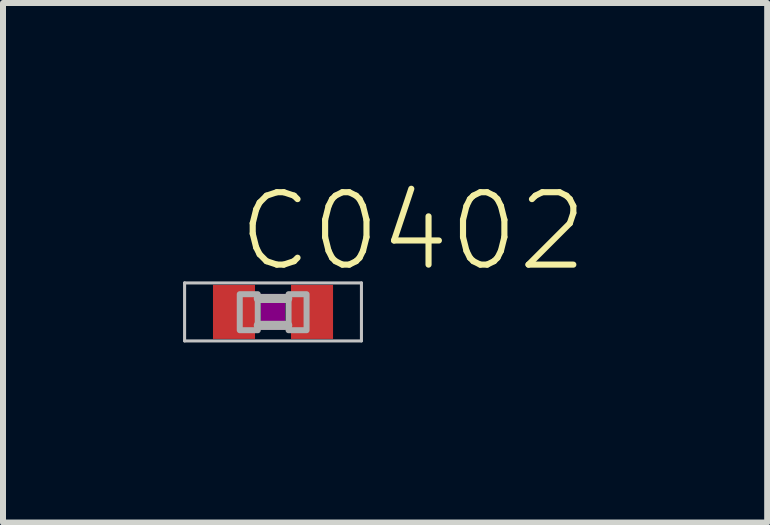
<source format=kicad_pcb>
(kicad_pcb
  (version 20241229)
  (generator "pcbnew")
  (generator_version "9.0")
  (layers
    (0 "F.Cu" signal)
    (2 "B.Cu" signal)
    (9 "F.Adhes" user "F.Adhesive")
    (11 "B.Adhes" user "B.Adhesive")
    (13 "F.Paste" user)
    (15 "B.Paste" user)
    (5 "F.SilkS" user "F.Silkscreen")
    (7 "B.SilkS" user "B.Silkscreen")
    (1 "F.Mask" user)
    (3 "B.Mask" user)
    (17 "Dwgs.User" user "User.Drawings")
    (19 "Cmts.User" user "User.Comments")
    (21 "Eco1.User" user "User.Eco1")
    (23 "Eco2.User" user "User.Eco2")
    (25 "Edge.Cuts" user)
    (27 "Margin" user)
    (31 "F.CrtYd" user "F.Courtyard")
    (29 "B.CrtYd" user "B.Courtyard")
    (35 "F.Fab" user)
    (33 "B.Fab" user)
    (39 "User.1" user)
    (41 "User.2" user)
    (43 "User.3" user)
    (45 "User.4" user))
  (footprint "C0402"
    (layer "F.Cu")
    (at 1.498 2.146)
    (property "Reference" "C0402" (at -0.635 -0.635 0) (layer "F.SilkS") (effects (font (size 1.206 1.206) (thickness 0.102)) (justify left bottom)))
    (attr through_hole)
    (fp_poly (pts (xy -0.2 0.3) (xy 0.2 0.3) (xy 0.2 -0.3) (xy -0.2 -0.3)) (stroke (width 0) (type solid)) (fill yes) (layer "F.Adhes"))
    (fp_line (start -1.473 -0.483) (end 1.473 -0.483) (stroke (width 0.051) (type solid)) (layer "Dwgs.User"))
    (fp_line (start -1.473 0.483) (end -1.473 -0.483) (stroke (width 0.051) (type solid)) (layer "Dwgs.User"))
    (fp_line (start 1.473 -0.483) (end 1.473 0.483) (stroke (width 0.051) (type solid)) (layer "Dwgs.User"))
    (fp_line (start 1.473 0.483) (end -1.473 0.483) (stroke (width 0.051) (type solid)) (layer "Dwgs.User"))
    (fp_line (start -0.245 -0.224) (end 0.245 -0.224) (stroke (width 0.152) (type solid)) (layer "F.Fab"))
    (fp_line (start 0.245 0.224) (end -0.245 0.224) (stroke (width 0.152) (type solid)) (layer "F.Fab"))
    (fp_poly (pts (xy -0.554 0.305) (xy -0.254 0.305) (xy -0.254 -0.295) (xy -0.554 -0.295)) (stroke (width 0.1) (type solid)) (fill no) (layer "F.Fab"))
    (fp_poly (pts (xy 0.259 0.305) (xy 0.559 0.305) (xy 0.559 -0.295) (xy 0.259 -0.295)) (stroke (width 0.1) (type solid)) (fill no) (layer "F.Fab"))
    (pad "1" smd rect (at -0.65 0) (size 0.7 0.9) (layers "F.Cu" "F.Mask" "F.Paste"))
    (pad "2" smd rect (at 0.65 0) (size 0.7 0.9) (layers "F.Cu" "F.Mask" "F.Paste")))
  (gr_rect
    (start -3 -3)
    (end 9.73 5.655)
    (stroke (width 0.1) (type default))
    (fill no)
    (layer "Edge.Cuts")))
</source>
